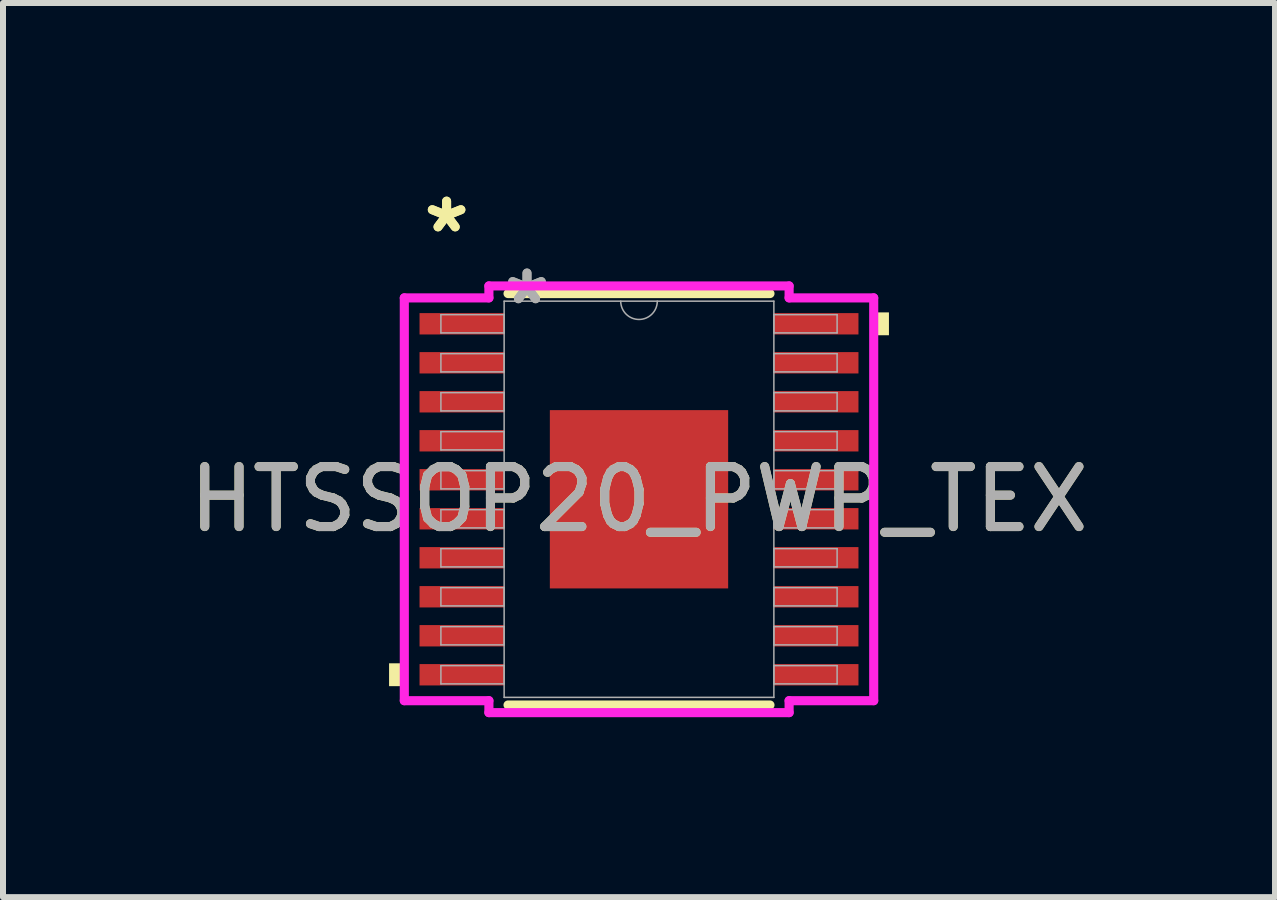
<source format=kicad_pcb>
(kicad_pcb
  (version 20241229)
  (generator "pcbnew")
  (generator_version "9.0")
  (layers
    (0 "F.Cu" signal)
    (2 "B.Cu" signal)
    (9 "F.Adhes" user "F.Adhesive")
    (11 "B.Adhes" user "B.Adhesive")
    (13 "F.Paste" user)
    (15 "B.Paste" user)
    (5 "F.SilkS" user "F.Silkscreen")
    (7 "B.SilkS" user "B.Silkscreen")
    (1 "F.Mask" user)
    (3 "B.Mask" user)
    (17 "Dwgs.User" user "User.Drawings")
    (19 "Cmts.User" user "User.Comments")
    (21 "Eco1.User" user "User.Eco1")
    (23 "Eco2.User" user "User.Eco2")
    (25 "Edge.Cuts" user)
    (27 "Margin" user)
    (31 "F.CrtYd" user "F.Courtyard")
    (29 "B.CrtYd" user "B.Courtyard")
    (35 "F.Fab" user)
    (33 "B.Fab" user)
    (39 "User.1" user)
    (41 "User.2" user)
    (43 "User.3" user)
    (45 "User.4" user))
  (footprint "HTSSOP20_PWP_TEX"
    (layer "F.Cu")
    (at 7.601 5.272)
    (property "Reference" "HTSSOP20_PWP_TEX" (at 0 0 0) (unlocked yes) (layer "F.SilkS") (effects (font (size 1 1) (thickness 0.15))))
    (attr smd)
    (fp_line (start -2.183 3.429) (end 2.183 3.429) (stroke (width 0.152) (type solid)) (layer "F.SilkS"))
    (fp_line (start 2.183 -3.429) (end -2.183 -3.429) (stroke (width 0.152) (type solid)) (layer "F.SilkS"))
    (fp_poly (pts (xy -4.166 2.734) (xy -4.166 3.115) (xy -3.912 3.115) (xy -3.912 2.734)) (stroke (width 0) (type solid)) (fill yes) (layer "F.SilkS"))
    (fp_poly (pts (xy 4.166 -3.115) (xy 4.166 -2.734) (xy 3.912 -2.734) (xy 3.912 -3.115)) (stroke (width 0) (type solid)) (fill yes) (layer "F.SilkS"))
    (fp_poly (pts (xy -1.386 -1.386) (xy -1.386 -0.1) (xy -0.1 -0.1) (xy -0.1 -1.386)) (stroke (width 0) (type solid)) (fill yes) (layer "F.Paste"))
    (fp_poly (pts (xy -1.386 0.1) (xy -1.386 1.386) (xy -0.1 1.386) (xy -0.1 0.1)) (stroke (width 0) (type solid)) (fill yes) (layer "F.Paste"))
    (fp_poly (pts (xy 0.1 -1.386) (xy 0.1 -0.1) (xy 1.386 -0.1) (xy 1.386 -1.386)) (stroke (width 0) (type solid)) (fill yes) (layer "F.Paste"))
    (fp_poly (pts (xy 0.1 0.1) (xy 0.1 1.386) (xy 1.386 1.386) (xy 1.386 0.1)) (stroke (width 0) (type solid)) (fill yes) (layer "F.Paste"))
    (fp_line (start -3.912 -3.357) (end -2.502 -3.357) (stroke (width 0.152) (type solid)) (layer "F.CrtYd"))
    (fp_line (start -3.912 3.357) (end -3.912 -3.357) (stroke (width 0.152) (type solid)) (layer "F.CrtYd"))
    (fp_line (start -3.912 3.357) (end -2.502 3.357) (stroke (width 0.152) (type solid)) (layer "F.CrtYd"))
    (fp_line (start -2.502 -3.556) (end 2.502 -3.556) (stroke (width 0.152) (type solid)) (layer "F.CrtYd"))
    (fp_line (start -2.502 -3.357) (end -2.502 -3.556) (stroke (width 0.152) (type solid)) (layer "F.CrtYd"))
    (fp_line (start -2.502 3.556) (end -2.502 3.357) (stroke (width 0.152) (type solid)) (layer "F.CrtYd"))
    (fp_line (start 2.502 -3.556) (end 2.502 -3.357) (stroke (width 0.152) (type solid)) (layer "F.CrtYd"))
    (fp_line (start 2.502 3.357) (end 2.502 3.556) (stroke (width 0.152) (type solid)) (layer "F.CrtYd"))
    (fp_line (start 2.502 3.556) (end -2.502 3.556) (stroke (width 0.152) (type solid)) (layer "F.CrtYd"))
    (fp_line (start 3.912 -3.357) (end 2.502 -3.357) (stroke (width 0.152) (type solid)) (layer "F.CrtYd"))
    (fp_line (start 3.912 -3.357) (end 3.912 3.357) (stroke (width 0.152) (type solid)) (layer "F.CrtYd"))
    (fp_line (start 3.912 3.357) (end 2.502 3.357) (stroke (width 0.152) (type solid)) (layer "F.CrtYd"))
    (fp_line (start -3.302 -3.077) (end -3.302 -2.773) (stroke (width 0.025) (type solid)) (layer "F.Fab"))
    (fp_line (start -3.302 -2.773) (end -2.248 -2.773) (stroke (width 0.025) (type solid)) (layer "F.Fab"))
    (fp_line (start -3.302 -2.427) (end -3.302 -2.123) (stroke (width 0.025) (type solid)) (layer "F.Fab"))
    (fp_line (start -3.302 -2.123) (end -2.248 -2.123) (stroke (width 0.025) (type solid)) (layer "F.Fab"))
    (fp_line (start -3.302 -1.777) (end -3.302 -1.473) (stroke (width 0.025) (type solid)) (layer "F.Fab"))
    (fp_line (start -3.302 -1.473) (end -2.248 -1.473) (stroke (width 0.025) (type solid)) (layer "F.Fab"))
    (fp_line (start -3.302 -1.127) (end -3.302 -0.823) (stroke (width 0.025) (type solid)) (layer "F.Fab"))
    (fp_line (start -3.302 -0.823) (end -2.248 -0.823) (stroke (width 0.025) (type solid)) (layer "F.Fab"))
    (fp_line (start -3.302 -0.477) (end -3.302 -0.173) (stroke (width 0.025) (type solid)) (layer "F.Fab"))
    (fp_line (start -3.302 -0.173) (end -2.248 -0.173) (stroke (width 0.025) (type solid)) (layer "F.Fab"))
    (fp_line (start -3.302 0.173) (end -3.302 0.477) (stroke (width 0.025) (type solid)) (layer "F.Fab"))
    (fp_line (start -3.302 0.477) (end -2.248 0.477) (stroke (width 0.025) (type solid)) (layer "F.Fab"))
    (fp_line (start -3.302 0.823) (end -3.302 1.127) (stroke (width 0.025) (type solid)) (layer "F.Fab"))
    (fp_line (start -3.302 1.127) (end -2.248 1.127) (stroke (width 0.025) (type solid)) (layer "F.Fab"))
    (fp_line (start -3.302 1.473) (end -3.302 1.777) (stroke (width 0.025) (type solid)) (layer "F.Fab"))
    (fp_line (start -3.302 1.777) (end -2.248 1.777) (stroke (width 0.025) (type solid)) (layer "F.Fab"))
    (fp_line (start -3.302 2.123) (end -3.302 2.427) (stroke (width 0.025) (type solid)) (layer "F.Fab"))
    (fp_line (start -3.302 2.427) (end -2.248 2.427) (stroke (width 0.025) (type solid)) (layer "F.Fab"))
    (fp_line (start -3.302 2.773) (end -3.302 3.077) (stroke (width 0.025) (type solid)) (layer "F.Fab"))
    (fp_line (start -3.302 3.077) (end -2.248 3.077) (stroke (width 0.025) (type solid)) (layer "F.Fab"))
    (fp_line (start -2.248 -3.302) (end -2.248 3.302) (stroke (width 0.025) (type solid)) (layer "F.Fab"))
    (fp_line (start -2.248 -3.077) (end -3.302 -3.077) (stroke (width 0.025) (type solid)) (layer "F.Fab"))
    (fp_line (start -2.248 -2.773) (end -2.248 -3.077) (stroke (width 0.025) (type solid)) (layer "F.Fab"))
    (fp_line (start -2.248 -2.427) (end -3.302 -2.427) (stroke (width 0.025) (type solid)) (layer "F.Fab"))
    (fp_line (start -2.248 -2.123) (end -2.248 -2.427) (stroke (width 0.025) (type solid)) (layer "F.Fab"))
    (fp_line (start -2.248 -1.777) (end -3.302 -1.777) (stroke (width 0.025) (type solid)) (layer "F.Fab"))
    (fp_line (start -2.248 -1.473) (end -2.248 -1.777) (stroke (width 0.025) (type solid)) (layer "F.Fab"))
    (fp_line (start -2.248 -1.127) (end -3.302 -1.127) (stroke (width 0.025) (type solid)) (layer "F.Fab"))
    (fp_line (start -2.248 -0.823) (end -2.248 -1.127) (stroke (width 0.025) (type solid)) (layer "F.Fab"))
    (fp_line (start -2.248 -0.477) (end -3.302 -0.477) (stroke (width 0.025) (type solid)) (layer "F.Fab"))
    (fp_line (start -2.248 -0.173) (end -2.248 -0.477) (stroke (width 0.025) (type solid)) (layer "F.Fab"))
    (fp_line (start -2.248 0.173) (end -3.302 0.173) (stroke (width 0.025) (type solid)) (layer "F.Fab"))
    (fp_line (start -2.248 0.477) (end -2.248 0.173) (stroke (width 0.025) (type solid)) (layer "F.Fab"))
    (fp_line (start -2.248 0.823) (end -3.302 0.823) (stroke (width 0.025) (type solid)) (layer "F.Fab"))
    (fp_line (start -2.248 1.127) (end -2.248 0.823) (stroke (width 0.025) (type solid)) (layer "F.Fab"))
    (fp_line (start -2.248 1.473) (end -3.302 1.473) (stroke (width 0.025) (type solid)) (layer "F.Fab"))
    (fp_line (start -2.248 1.777) (end -2.248 1.473) (stroke (width 0.025) (type solid)) (layer "F.Fab"))
    (fp_line (start -2.248 2.123) (end -3.302 2.123) (stroke (width 0.025) (type solid)) (layer "F.Fab"))
    (fp_line (start -2.248 2.427) (end -2.248 2.123) (stroke (width 0.025) (type solid)) (layer "F.Fab"))
    (fp_line (start -2.248 2.773) (end -3.302 2.773) (stroke (width 0.025) (type solid)) (layer "F.Fab"))
    (fp_line (start -2.248 3.077) (end -2.248 2.773) (stroke (width 0.025) (type solid)) (layer "F.Fab"))
    (fp_line (start -2.248 3.302) (end 2.248 3.302) (stroke (width 0.025) (type solid)) (layer "F.Fab"))
    (fp_line (start 2.248 -3.302) (end -2.248 -3.302) (stroke (width 0.025) (type solid)) (layer "F.Fab"))
    (fp_line (start 2.248 -3.077) (end 2.248 -2.773) (stroke (width 0.025) (type solid)) (layer "F.Fab"))
    (fp_line (start 2.248 -2.773) (end 3.302 -2.773) (stroke (width 0.025) (type solid)) (layer "F.Fab"))
    (fp_line (start 2.248 -2.427) (end 2.248 -2.123) (stroke (width 0.025) (type solid)) (layer "F.Fab"))
    (fp_line (start 2.248 -2.123) (end 3.302 -2.123) (stroke (width 0.025) (type solid)) (layer "F.Fab"))
    (fp_line (start 2.248 -1.777) (end 2.248 -1.473) (stroke (width 0.025) (type solid)) (layer "F.Fab"))
    (fp_line (start 2.248 -1.473) (end 3.302 -1.473) (stroke (width 0.025) (type solid)) (layer "F.Fab"))
    (fp_line (start 2.248 -1.127) (end 2.248 -0.823) (stroke (width 0.025) (type solid)) (layer "F.Fab"))
    (fp_line (start 2.248 -0.823) (end 3.302 -0.823) (stroke (width 0.025) (type solid)) (layer "F.Fab"))
    (fp_line (start 2.248 -0.477) (end 2.248 -0.173) (stroke (width 0.025) (type solid)) (layer "F.Fab"))
    (fp_line (start 2.248 -0.173) (end 3.302 -0.173) (stroke (width 0.025) (type solid)) (layer "F.Fab"))
    (fp_line (start 2.248 0.173) (end 2.248 0.477) (stroke (width 0.025) (type solid)) (layer "F.Fab"))
    (fp_line (start 2.248 0.477) (end 3.302 0.477) (stroke (width 0.025) (type solid)) (layer "F.Fab"))
    (fp_line (start 2.248 0.823) (end 2.248 1.127) (stroke (width 0.025) (type solid)) (layer "F.Fab"))
    (fp_line (start 2.248 1.127) (end 3.302 1.127) (stroke (width 0.025) (type solid)) (layer "F.Fab"))
    (fp_line (start 2.248 1.473) (end 2.248 1.777) (stroke (width 0.025) (type solid)) (layer "F.Fab"))
    (fp_line (start 2.248 1.777) (end 3.302 1.777) (stroke (width 0.025) (type solid)) (layer "F.Fab"))
    (fp_line (start 2.248 2.123) (end 2.248 2.427) (stroke (width 0.025) (type solid)) (layer "F.Fab"))
    (fp_line (start 2.248 2.427) (end 3.302 2.427) (stroke (width 0.025) (type solid)) (layer "F.Fab"))
    (fp_line (start 2.248 2.773) (end 2.248 3.077) (stroke (width 0.025) (type solid)) (layer "F.Fab"))
    (fp_line (start 2.248 3.077) (end 3.302 3.077) (stroke (width 0.025) (type solid)) (layer "F.Fab"))
    (fp_line (start 2.248 3.302) (end 2.248 -3.302) (stroke (width 0.025) (type solid)) (layer "F.Fab"))
    (fp_line (start 3.302 -3.077) (end 2.248 -3.077) (stroke (width 0.025) (type solid)) (layer "F.Fab"))
    (fp_line (start 3.302 -2.773) (end 3.302 -3.077) (stroke (width 0.025) (type solid)) (layer "F.Fab"))
    (fp_line (start 3.302 -2.427) (end 2.248 -2.427) (stroke (width 0.025) (type solid)) (layer "F.Fab"))
    (fp_line (start 3.302 -2.123) (end 3.302 -2.427) (stroke (width 0.025) (type solid)) (layer "F.Fab"))
    (fp_line (start 3.302 -1.777) (end 2.248 -1.777) (stroke (width 0.025) (type solid)) (layer "F.Fab"))
    (fp_line (start 3.302 -1.473) (end 3.302 -1.777) (stroke (width 0.025) (type solid)) (layer "F.Fab"))
    (fp_line (start 3.302 -1.127) (end 2.248 -1.127) (stroke (width 0.025) (type solid)) (layer "F.Fab"))
    (fp_line (start 3.302 -0.823) (end 3.302 -1.127) (stroke (width 0.025) (type solid)) (layer "F.Fab"))
    (fp_line (start 3.302 -0.477) (end 2.248 -0.477) (stroke (width 0.025) (type solid)) (layer "F.Fab"))
    (fp_line (start 3.302 -0.173) (end 3.302 -0.477) (stroke (width 0.025) (type solid)) (layer "F.Fab"))
    (fp_line (start 3.302 0.173) (end 2.248 0.173) (stroke (width 0.025) (type solid)) (layer "F.Fab"))
    (fp_line (start 3.302 0.477) (end 3.302 0.173) (stroke (width 0.025) (type solid)) (layer "F.Fab"))
    (fp_line (start 3.302 0.823) (end 2.248 0.823) (stroke (width 0.025) (type solid)) (layer "F.Fab"))
    (fp_line (start 3.302 1.127) (end 3.302 0.823) (stroke (width 0.025) (type solid)) (layer "F.Fab"))
    (fp_line (start 3.302 1.473) (end 2.248 1.473) (stroke (width 0.025) (type solid)) (layer "F.Fab"))
    (fp_line (start 3.302 1.777) (end 3.302 1.473) (stroke (width 0.025) (type solid)) (layer "F.Fab"))
    (fp_line (start 3.302 2.123) (end 2.248 2.123) (stroke (width 0.025) (type solid)) (layer "F.Fab"))
    (fp_line (start 3.302 2.427) (end 3.302 2.123) (stroke (width 0.025) (type solid)) (layer "F.Fab"))
    (fp_line (start 3.302 2.773) (end 2.248 2.773) (stroke (width 0.025) (type solid)) (layer "F.Fab"))
    (fp_line (start 3.302 3.077) (end 3.302 2.773) (stroke (width 0.025) (type solid)) (layer "F.Fab"))
    (fp_arc (start 0.3048 -3.302) (mid 0 -2.9972) (end -0.3048 -3.302) (stroke (width 0.0254) (type solid)) (layer "F.Fab"))
    (fp_text user "*" (at -3.207 -4.424 0) (unlocked yes) (layer "F.SilkS") (effects (font (size 1 1) (thickness 0.15))))
    (fp_text user "*" (at -3.207 -4.424 0) (layer "F.SilkS") (effects (font (size 1 1) (thickness 0.15))))
    (fp_text user "*" (at -1.867 -3.226 0) (unlocked yes) (layer "F.Fab") (effects (font (size 1 1) (thickness 0.15))))
    (fp_text user "*" (at -1.867 -3.226 0) (layer "F.Fab") (effects (font (size 1 1) (thickness 0.15))))
    (fp_text user "${REFERENCE}" (at 0 0 0) (unlocked yes) (layer "F.Fab") (effects (font (size 1 1) (thickness 0.15))))
    (pad "1" smd rect (at -2.953 -2.925) (size 1.41 0.356) (layers "F.Cu" "F.Mask" "F.Paste"))
    (pad "2" smd rect (at -2.953 -2.275) (size 1.41 0.356) (layers "F.Cu" "F.Mask" "F.Paste"))
    (pad "3" smd rect (at -2.953 -1.625) (size 1.41 0.356) (layers "F.Cu" "F.Mask" "F.Paste"))
    (pad "4" smd rect (at -2.953 -0.975) (size 1.41 0.356) (layers "F.Cu" "F.Mask" "F.Paste"))
    (pad "5" smd rect (at -2.953 -0.325) (size 1.41 0.356) (layers "F.Cu" "F.Mask" "F.Paste"))
    (pad "6" smd rect (at -2.953 0.325) (size 1.41 0.356) (layers "F.Cu" "F.Mask" "F.Paste"))
    (pad "7" smd rect (at -2.953 0.975) (size 1.41 0.356) (layers "F.Cu" "F.Mask" "F.Paste"))
    (pad "8" smd rect (at -2.953 1.625) (size 1.41 0.356) (layers "F.Cu" "F.Mask" "F.Paste"))
    (pad "9" smd rect (at -2.953 2.275) (size 1.41 0.356) (layers "F.Cu" "F.Mask" "F.Paste"))
    (pad "10" smd rect (at -2.953 2.925) (size 1.41 0.356) (layers "F.Cu" "F.Mask" "F.Paste"))
    (pad "11" smd rect (at 2.953 2.925) (size 1.41 0.356) (layers "F.Cu" "F.Mask" "F.Paste"))
    (pad "12" smd rect (at 2.953 2.275) (size 1.41 0.356) (layers "F.Cu" "F.Mask" "F.Paste"))
    (pad "13" smd rect (at 2.953 1.625) (size 1.41 0.356) (layers "F.Cu" "F.Mask" "F.Paste"))
    (pad "14" smd rect (at 2.953 0.975) (size 1.41 0.356) (layers "F.Cu" "F.Mask" "F.Paste"))
    (pad "15" smd rect (at 2.953 0.325) (size 1.41 0.356) (layers "F.Cu" "F.Mask" "F.Paste"))
    (pad "16" smd rect (at 2.953 -0.325) (size 1.41 0.356) (layers "F.Cu" "F.Mask" "F.Paste"))
    (pad "17" smd rect (at 2.953 -0.975) (size 1.41 0.356) (layers "F.Cu" "F.Mask" "F.Paste"))
    (pad "18" smd rect (at 2.953 -1.625) (size 1.41 0.356) (layers "F.Cu" "F.Mask" "F.Paste"))
    (pad "19" smd rect (at 2.953 -2.275) (size 1.41 0.356) (layers "F.Cu" "F.Mask" "F.Paste"))
    (pad "20" smd rect (at 2.953 -2.925) (size 1.41 0.356) (layers "F.Cu" "F.Mask" "F.Paste"))
    (pad "21" smd rect (at 0 0) (size 2.972 2.972) (layers "F.Cu" "F.Mask")))
  (gr_rect
    (start -3 -3)
    (end 18.202 11.904)
    (stroke (width 0.1) (type default))
    (fill no)
    (layer "Edge.Cuts")))
</source>
